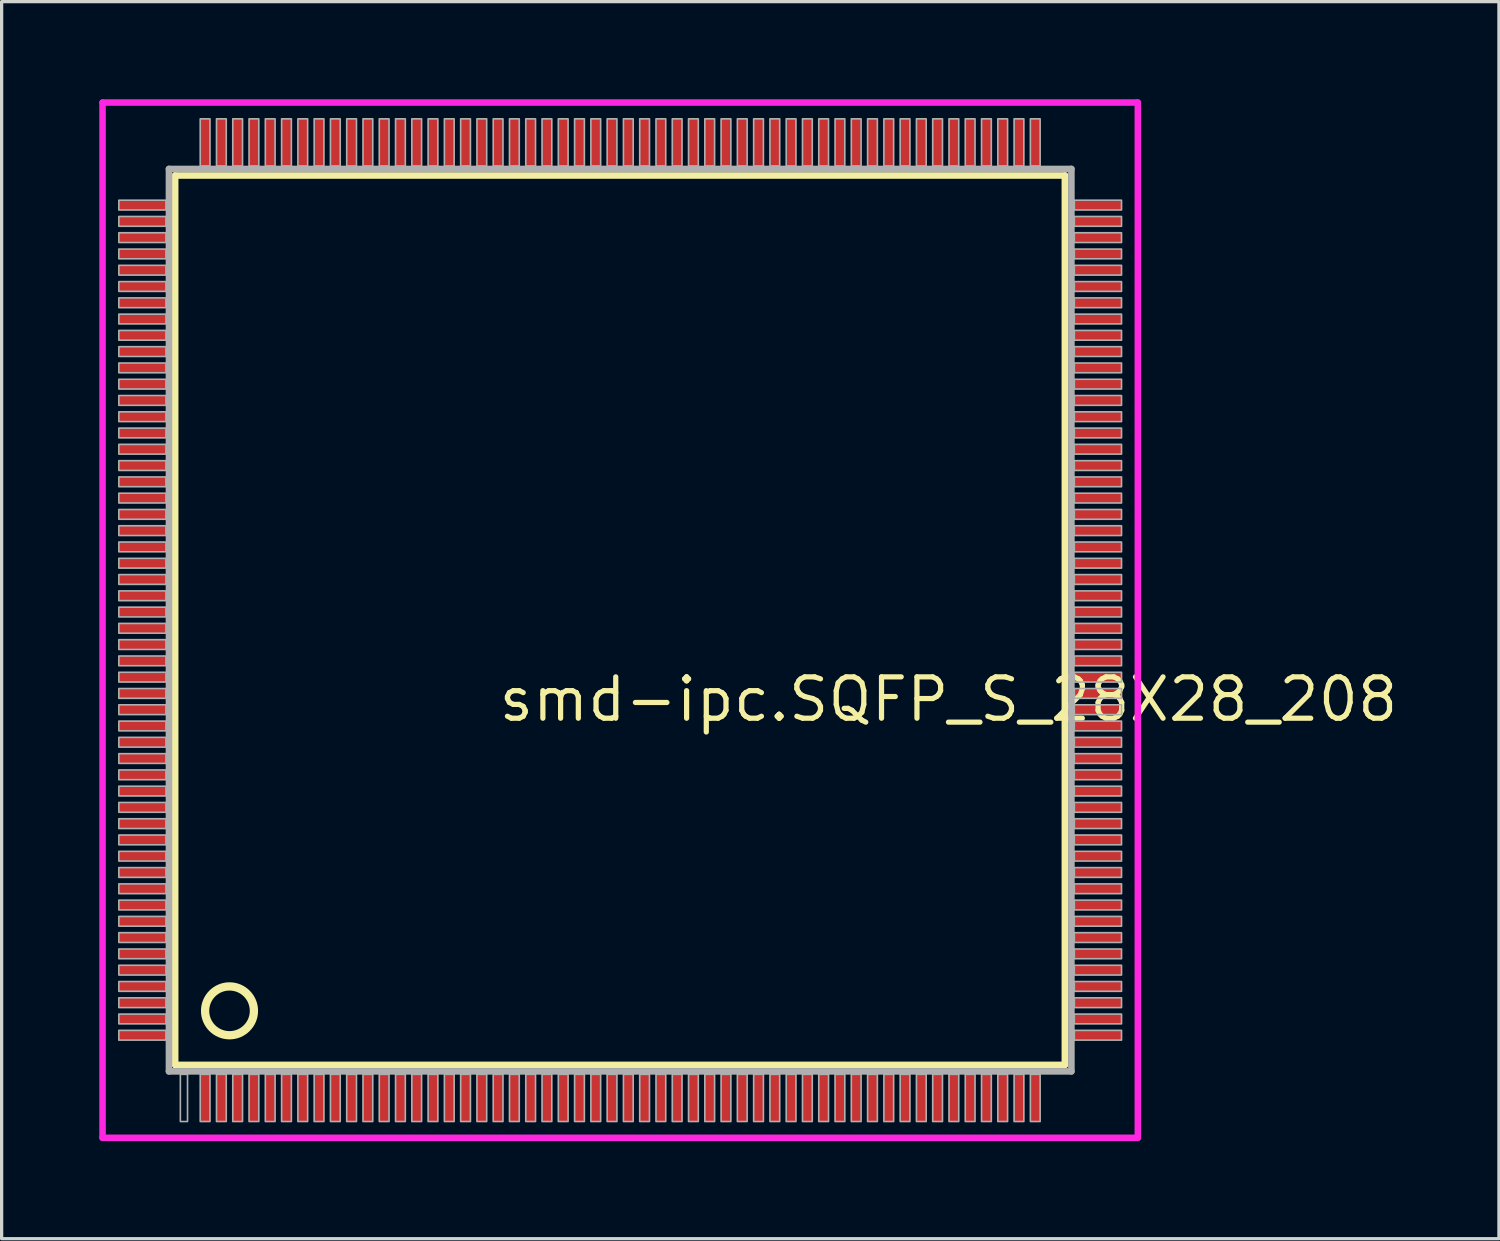
<source format=kicad_pcb>
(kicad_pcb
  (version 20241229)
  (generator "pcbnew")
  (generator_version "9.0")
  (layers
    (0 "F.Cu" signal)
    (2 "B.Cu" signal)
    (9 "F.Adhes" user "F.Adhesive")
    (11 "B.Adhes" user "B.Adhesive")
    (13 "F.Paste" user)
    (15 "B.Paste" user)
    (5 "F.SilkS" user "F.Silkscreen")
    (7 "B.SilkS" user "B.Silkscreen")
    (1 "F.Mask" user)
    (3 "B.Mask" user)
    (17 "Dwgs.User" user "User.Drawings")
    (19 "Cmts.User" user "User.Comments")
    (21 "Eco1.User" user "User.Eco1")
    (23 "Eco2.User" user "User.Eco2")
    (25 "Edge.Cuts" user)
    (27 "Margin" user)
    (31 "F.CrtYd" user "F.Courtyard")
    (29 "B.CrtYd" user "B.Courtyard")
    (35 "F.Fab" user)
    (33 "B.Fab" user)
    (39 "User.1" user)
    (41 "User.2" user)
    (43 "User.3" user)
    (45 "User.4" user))
  (footprint "smd-ipc.SQFP_S_28X28_208"
    (layer "F.Cu")
    (at 16 16)
    (property "Reference" "smd-ipc.SQFP_S_28X28_208" (at -3.81 3.175 0) (layer "F.SilkS") (effects (font (size 1.27 1.27) (thickness 0.16)) (justify left bottom)))
    (attr smd)
    (fp_line (start -13.67 -13.66) (end 13.66 -13.66) (stroke (width 0.203) (type default)) (layer "F.SilkS"))
    (fp_line (start -13.67 13.66) (end -13.67 -13.66) (stroke (width 0.203) (type default)) (layer "F.SilkS"))
    (fp_line (start 13.66 -13.66) (end 13.66 13.66) (stroke (width 0.203) (type default)) (layer "F.SilkS"))
    (fp_line (start 13.66 13.66) (end -13.67 13.66) (stroke (width 0.203) (type default)) (layer "F.SilkS"))
    (fp_circle (center -12 12) (end -11.25 12) (stroke (width 0.254) (type default)) (fill no) (layer "F.SilkS"))
    (fp_line (start -15.9 -15.9) (end 15.9 -15.9) (stroke (width 0.2) (type default)) (layer "F.CrtYd"))
    (fp_line (start -15.9 15.9) (end -15.9 -15.9) (stroke (width 0.2) (type default)) (layer "F.CrtYd"))
    (fp_line (start 15.9 -15.9) (end 15.9 15.9) (stroke (width 0.2) (type default)) (layer "F.CrtYd"))
    (fp_line (start 15.9 15.9) (end -15.9 15.9) (stroke (width 0.2) (type default)) (layer "F.CrtYd"))
    (fp_line (start -13.86 -13.86) (end -13.86 13.86) (stroke (width 0.203) (type default)) (layer "F.Fab"))
    (fp_line (start -13.86 13.86) (end 13.86 13.86) (stroke (width 0.203) (type default)) (layer "F.Fab"))
    (fp_line (start 13.86 -13.86) (end -13.86 -13.86) (stroke (width 0.203) (type default)) (layer "F.Fab"))
    (fp_line (start 13.86 13.86) (end 13.86 -13.86) (stroke (width 0.203) (type default)) (layer "F.Fab"))
    (fp_rect (start -15.4 -12.6) (end -13.95 -12.9) (stroke (width 0.05) (type default)) (fill no) (layer "F.Fab"))
    (fp_rect (start -15.4 -12.1) (end -13.95 -12.4) (stroke (width 0.05) (type default)) (fill no) (layer "F.Fab"))
    (fp_rect (start -15.4 -11.6) (end -13.95 -11.9) (stroke (width 0.05) (type default)) (fill no) (layer "F.Fab"))
    (fp_rect (start -15.4 -11.1) (end -13.95 -11.4) (stroke (width 0.05) (type default)) (fill no) (layer "F.Fab"))
    (fp_rect (start -15.4 -10.6) (end -13.95 -10.9) (stroke (width 0.05) (type default)) (fill no) (layer "F.Fab"))
    (fp_rect (start -15.4 -10.1) (end -13.95 -10.4) (stroke (width 0.05) (type default)) (fill no) (layer "F.Fab"))
    (fp_rect (start -15.4 -9.6) (end -13.95 -9.9) (stroke (width 0.05) (type default)) (fill no) (layer "F.Fab"))
    (fp_rect (start -15.4 -9.1) (end -13.95 -9.4) (stroke (width 0.05) (type default)) (fill no) (layer "F.Fab"))
    (fp_rect (start -15.4 -8.6) (end -13.95 -8.9) (stroke (width 0.05) (type default)) (fill no) (layer "F.Fab"))
    (fp_rect (start -15.4 -8.1) (end -13.95 -8.4) (stroke (width 0.05) (type default)) (fill no) (layer "F.Fab"))
    (fp_rect (start -15.4 -7.6) (end -13.95 -7.9) (stroke (width 0.05) (type default)) (fill no) (layer "F.Fab"))
    (fp_rect (start -15.4 -7.1) (end -13.95 -7.4) (stroke (width 0.05) (type default)) (fill no) (layer "F.Fab"))
    (fp_rect (start -15.4 -6.6) (end -13.95 -6.9) (stroke (width 0.05) (type default)) (fill no) (layer "F.Fab"))
    (fp_rect (start -15.4 -6.1) (end -13.95 -6.4) (stroke (width 0.05) (type default)) (fill no) (layer "F.Fab"))
    (fp_rect (start -15.4 -5.6) (end -13.95 -5.9) (stroke (width 0.05) (type default)) (fill no) (layer "F.Fab"))
    (fp_rect (start -15.4 -5.1) (end -13.95 -5.4) (stroke (width 0.05) (type default)) (fill no) (layer "F.Fab"))
    (fp_rect (start -15.4 -4.6) (end -13.95 -4.9) (stroke (width 0.05) (type default)) (fill no) (layer "F.Fab"))
    (fp_rect (start -15.4 -4.1) (end -13.95 -4.4) (stroke (width 0.05) (type default)) (fill no) (layer "F.Fab"))
    (fp_rect (start -15.4 -3.6) (end -13.95 -3.9) (stroke (width 0.05) (type default)) (fill no) (layer "F.Fab"))
    (fp_rect (start -15.4 -3.1) (end -13.95 -3.4) (stroke (width 0.05) (type default)) (fill no) (layer "F.Fab"))
    (fp_rect (start -15.4 -2.6) (end -13.95 -2.9) (stroke (width 0.05) (type default)) (fill no) (layer "F.Fab"))
    (fp_rect (start -15.4 -2.1) (end -13.95 -2.4) (stroke (width 0.05) (type default)) (fill no) (layer "F.Fab"))
    (fp_rect (start -15.4 -1.6) (end -13.95 -1.9) (stroke (width 0.05) (type default)) (fill no) (layer "F.Fab"))
    (fp_rect (start -15.4 -1.1) (end -13.95 -1.4) (stroke (width 0.05) (type default)) (fill no) (layer "F.Fab"))
    (fp_rect (start -15.4 -0.6) (end -13.95 -0.9) (stroke (width 0.05) (type default)) (fill no) (layer "F.Fab"))
    (fp_rect (start -15.4 -0.1) (end -13.95 -0.4) (stroke (width 0.05) (type default)) (fill no) (layer "F.Fab"))
    (fp_rect (start -15.4 0.4) (end -13.95 0.1) (stroke (width 0.05) (type default)) (fill no) (layer "F.Fab"))
    (fp_rect (start -15.4 0.9) (end -13.95 0.6) (stroke (width 0.05) (type default)) (fill no) (layer "F.Fab"))
    (fp_rect (start -15.4 1.4) (end -13.95 1.1) (stroke (width 0.05) (type default)) (fill no) (layer "F.Fab"))
    (fp_rect (start -15.4 1.9) (end -13.95 1.6) (stroke (width 0.05) (type default)) (fill no) (layer "F.Fab"))
    (fp_rect (start -15.4 2.4) (end -13.95 2.1) (stroke (width 0.05) (type default)) (fill no) (layer "F.Fab"))
    (fp_rect (start -15.4 2.9) (end -13.95 2.6) (stroke (width 0.05) (type default)) (fill no) (layer "F.Fab"))
    (fp_rect (start -15.4 3.4) (end -13.95 3.1) (stroke (width 0.05) (type default)) (fill no) (layer "F.Fab"))
    (fp_rect (start -15.4 3.9) (end -13.95 3.6) (stroke (width 0.05) (type default)) (fill no) (layer "F.Fab"))
    (fp_rect (start -15.4 4.4) (end -13.95 4.1) (stroke (width 0.05) (type default)) (fill no) (layer "F.Fab"))
    (fp_rect (start -15.4 4.9) (end -13.95 4.6) (stroke (width 0.05) (type default)) (fill no) (layer "F.Fab"))
    (fp_rect (start -15.4 5.4) (end -13.95 5.1) (stroke (width 0.05) (type default)) (fill no) (layer "F.Fab"))
    (fp_rect (start -15.4 5.9) (end -13.95 5.6) (stroke (width 0.05) (type default)) (fill no) (layer "F.Fab"))
    (fp_rect (start -15.4 6.4) (end -13.95 6.1) (stroke (width 0.05) (type default)) (fill no) (layer "F.Fab"))
    (fp_rect (start -15.4 6.9) (end -13.95 6.6) (stroke (width 0.05) (type default)) (fill no) (layer "F.Fab"))
    (fp_rect (start -15.4 7.4) (end -13.95 7.1) (stroke (width 0.05) (type default)) (fill no) (layer "F.Fab"))
    (fp_rect (start -15.4 7.9) (end -13.95 7.6) (stroke (width 0.05) (type default)) (fill no) (layer "F.Fab"))
    (fp_rect (start -15.4 8.4) (end -13.95 8.1) (stroke (width 0.05) (type default)) (fill no) (layer "F.Fab"))
    (fp_rect (start -15.4 8.9) (end -13.95 8.6) (stroke (width 0.05) (type default)) (fill no) (layer "F.Fab"))
    (fp_rect (start -15.4 9.4) (end -13.95 9.1) (stroke (width 0.05) (type default)) (fill no) (layer "F.Fab"))
    (fp_rect (start -15.4 9.9) (end -13.95 9.6) (stroke (width 0.05) (type default)) (fill no) (layer "F.Fab"))
    (fp_rect (start -15.4 10.4) (end -13.95 10.1) (stroke (width 0.05) (type default)) (fill no) (layer "F.Fab"))
    (fp_rect (start -15.4 10.9) (end -13.95 10.6) (stroke (width 0.05) (type default)) (fill no) (layer "F.Fab"))
    (fp_rect (start -15.4 11.4) (end -13.95 11.1) (stroke (width 0.05) (type default)) (fill no) (layer "F.Fab"))
    (fp_rect (start -15.4 11.9) (end -13.95 11.6) (stroke (width 0.05) (type default)) (fill no) (layer "F.Fab"))
    (fp_rect (start -15.4 12.4) (end -13.95 12.1) (stroke (width 0.05) (type default)) (fill no) (layer "F.Fab"))
    (fp_rect (start -15.4 12.9) (end -13.95 12.6) (stroke (width 0.05) (type default)) (fill no) (layer "F.Fab"))
    (fp_rect (start -13.51 15.4) (end -13.29 13.95) (stroke (width 0.05) (type default)) (fill no) (layer "F.Fab"))
    (fp_rect (start -12.9 -13.95) (end -12.6 -15.4) (stroke (width 0.05) (type default)) (fill no) (layer "F.Fab"))
    (fp_rect (start -12.9 15.4) (end -12.6 13.95) (stroke (width 0.05) (type default)) (fill no) (layer "F.Fab"))
    (fp_rect (start -12.4 -13.95) (end -12.1 -15.4) (stroke (width 0.05) (type default)) (fill no) (layer "F.Fab"))
    (fp_rect (start -12.4 15.4) (end -12.1 13.95) (stroke (width 0.05) (type default)) (fill no) (layer "F.Fab"))
    (fp_rect (start -11.9 -13.95) (end -11.6 -15.4) (stroke (width 0.05) (type default)) (fill no) (layer "F.Fab"))
    (fp_rect (start -11.9 15.4) (end -11.6 13.95) (stroke (width 0.05) (type default)) (fill no) (layer "F.Fab"))
    (fp_rect (start -11.4 -13.95) (end -11.1 -15.4) (stroke (width 0.05) (type default)) (fill no) (layer "F.Fab"))
    (fp_rect (start -11.4 15.4) (end -11.1 13.95) (stroke (width 0.05) (type default)) (fill no) (layer "F.Fab"))
    (fp_rect (start -10.9 -13.95) (end -10.6 -15.4) (stroke (width 0.05) (type default)) (fill no) (layer "F.Fab"))
    (fp_rect (start -10.9 15.4) (end -10.6 13.95) (stroke (width 0.05) (type default)) (fill no) (layer "F.Fab"))
    (fp_rect (start -10.4 -13.95) (end -10.1 -15.4) (stroke (width 0.05) (type default)) (fill no) (layer "F.Fab"))
    (fp_rect (start -10.4 15.4) (end -10.1 13.95) (stroke (width 0.05) (type default)) (fill no) (layer "F.Fab"))
    (fp_rect (start -9.9 -13.95) (end -9.6 -15.4) (stroke (width 0.05) (type default)) (fill no) (layer "F.Fab"))
    (fp_rect (start -9.9 15.4) (end -9.6 13.95) (stroke (width 0.05) (type default)) (fill no) (layer "F.Fab"))
    (fp_rect (start -9.4 -13.95) (end -9.1 -15.4) (stroke (width 0.05) (type default)) (fill no) (layer "F.Fab"))
    (fp_rect (start -9.4 15.4) (end -9.1 13.95) (stroke (width 0.05) (type default)) (fill no) (layer "F.Fab"))
    (fp_rect (start -8.9 -13.95) (end -8.6 -15.4) (stroke (width 0.05) (type default)) (fill no) (layer "F.Fab"))
    (fp_rect (start -8.9 15.4) (end -8.6 13.95) (stroke (width 0.05) (type default)) (fill no) (layer "F.Fab"))
    (fp_rect (start -8.4 -13.95) (end -8.1 -15.4) (stroke (width 0.05) (type default)) (fill no) (layer "F.Fab"))
    (fp_rect (start -8.4 15.4) (end -8.1 13.95) (stroke (width 0.05) (type default)) (fill no) (layer "F.Fab"))
    (fp_rect (start -7.9 -13.95) (end -7.6 -15.4) (stroke (width 0.05) (type default)) (fill no) (layer "F.Fab"))
    (fp_rect (start -7.9 15.4) (end -7.6 13.95) (stroke (width 0.05) (type default)) (fill no) (layer "F.Fab"))
    (fp_rect (start -7.4 -13.95) (end -7.1 -15.4) (stroke (width 0.05) (type default)) (fill no) (layer "F.Fab"))
    (fp_rect (start -7.4 15.4) (end -7.1 13.95) (stroke (width 0.05) (type default)) (fill no) (layer "F.Fab"))
    (fp_rect (start -6.9 -13.95) (end -6.6 -15.4) (stroke (width 0.05) (type default)) (fill no) (layer "F.Fab"))
    (fp_rect (start -6.9 15.4) (end -6.6 13.95) (stroke (width 0.05) (type default)) (fill no) (layer "F.Fab"))
    (fp_rect (start -6.4 -13.95) (end -6.1 -15.4) (stroke (width 0.05) (type default)) (fill no) (layer "F.Fab"))
    (fp_rect (start -6.4 15.4) (end -6.1 13.95) (stroke (width 0.05) (type default)) (fill no) (layer "F.Fab"))
    (fp_rect (start -5.9 -13.95) (end -5.6 -15.4) (stroke (width 0.05) (type default)) (fill no) (layer "F.Fab"))
    (fp_rect (start -5.9 15.4) (end -5.6 13.95) (stroke (width 0.05) (type default)) (fill no) (layer "F.Fab"))
    (fp_rect (start -5.4 -13.95) (end -5.1 -15.4) (stroke (width 0.05) (type default)) (fill no) (layer "F.Fab"))
    (fp_rect (start -5.4 15.4) (end -5.1 13.95) (stroke (width 0.05) (type default)) (fill no) (layer "F.Fab"))
    (fp_rect (start -4.9 -13.95) (end -4.6 -15.4) (stroke (width 0.05) (type default)) (fill no) (layer "F.Fab"))
    (fp_rect (start -4.9 15.4) (end -4.6 13.95) (stroke (width 0.05) (type default)) (fill no) (layer "F.Fab"))
    (fp_rect (start -4.4 -13.95) (end -4.1 -15.4) (stroke (width 0.05) (type default)) (fill no) (layer "F.Fab"))
    (fp_rect (start -4.4 15.4) (end -4.1 13.95) (stroke (width 0.05) (type default)) (fill no) (layer "F.Fab"))
    (fp_rect (start -3.9 -13.95) (end -3.6 -15.4) (stroke (width 0.05) (type default)) (fill no) (layer "F.Fab"))
    (fp_rect (start -3.9 15.4) (end -3.6 13.95) (stroke (width 0.05) (type default)) (fill no) (layer "F.Fab"))
    (fp_rect (start -3.4 -13.95) (end -3.1 -15.4) (stroke (width 0.05) (type default)) (fill no) (layer "F.Fab"))
    (fp_rect (start -3.4 15.4) (end -3.1 13.95) (stroke (width 0.05) (type default)) (fill no) (layer "F.Fab"))
    (fp_rect (start -2.9 -13.95) (end -2.6 -15.4) (stroke (width 0.05) (type default)) (fill no) (layer "F.Fab"))
    (fp_rect (start -2.9 15.4) (end -2.6 13.95) (stroke (width 0.05) (type default)) (fill no) (layer "F.Fab"))
    (fp_rect (start -2.4 -13.95) (end -2.1 -15.4) (stroke (width 0.05) (type default)) (fill no) (layer "F.Fab"))
    (fp_rect (start -2.4 15.4) (end -2.1 13.95) (stroke (width 0.05) (type default)) (fill no) (layer "F.Fab"))
    (fp_rect (start -1.9 -13.95) (end -1.6 -15.4) (stroke (width 0.05) (type default)) (fill no) (layer "F.Fab"))
    (fp_rect (start -1.9 15.4) (end -1.6 13.95) (stroke (width 0.05) (type default)) (fill no) (layer "F.Fab"))
    (fp_rect (start -1.4 -13.95) (end -1.1 -15.4) (stroke (width 0.05) (type default)) (fill no) (layer "F.Fab"))
    (fp_rect (start -1.4 15.4) (end -1.1 13.95) (stroke (width 0.05) (type default)) (fill no) (layer "F.Fab"))
    (fp_rect (start -0.9 -13.95) (end -0.6 -15.4) (stroke (width 0.05) (type default)) (fill no) (layer "F.Fab"))
    (fp_rect (start -0.9 15.4) (end -0.6 13.95) (stroke (width 0.05) (type default)) (fill no) (layer "F.Fab"))
    (fp_rect (start -0.4 -13.95) (end -0.1 -15.4) (stroke (width 0.05) (type default)) (fill no) (layer "F.Fab"))
    (fp_rect (start -0.4 15.4) (end -0.1 13.95) (stroke (width 0.05) (type default)) (fill no) (layer "F.Fab"))
    (fp_rect (start 0.1 -13.95) (end 0.4 -15.4) (stroke (width 0.05) (type default)) (fill no) (layer "F.Fab"))
    (fp_rect (start 0.1 15.4) (end 0.4 13.95) (stroke (width 0.05) (type default)) (fill no) (layer "F.Fab"))
    (fp_rect (start 0.6 -13.95) (end 0.9 -15.4) (stroke (width 0.05) (type default)) (fill no) (layer "F.Fab"))
    (fp_rect (start 0.6 15.4) (end 0.9 13.95) (stroke (width 0.05) (type default)) (fill no) (layer "F.Fab"))
    (fp_rect (start 1.1 -13.95) (end 1.4 -15.4) (stroke (width 0.05) (type default)) (fill no) (layer "F.Fab"))
    (fp_rect (start 1.1 15.4) (end 1.4 13.95) (stroke (width 0.05) (type default)) (fill no) (layer "F.Fab"))
    (fp_rect (start 1.6 -13.95) (end 1.9 -15.4) (stroke (width 0.05) (type default)) (fill no) (layer "F.Fab"))
    (fp_rect (start 1.6 15.4) (end 1.9 13.95) (stroke (width 0.05) (type default)) (fill no) (layer "F.Fab"))
    (fp_rect (start 2.1 -13.95) (end 2.4 -15.4) (stroke (width 0.05) (type default)) (fill no) (layer "F.Fab"))
    (fp_rect (start 2.1 15.4) (end 2.4 13.95) (stroke (width 0.05) (type default)) (fill no) (layer "F.Fab"))
    (fp_rect (start 2.6 -13.95) (end 2.9 -15.4) (stroke (width 0.05) (type default)) (fill no) (layer "F.Fab"))
    (fp_rect (start 2.6 15.4) (end 2.9 13.95) (stroke (width 0.05) (type default)) (fill no) (layer "F.Fab"))
    (fp_rect (start 3.1 -13.95) (end 3.4 -15.4) (stroke (width 0.05) (type default)) (fill no) (layer "F.Fab"))
    (fp_rect (start 3.1 15.4) (end 3.4 13.95) (stroke (width 0.05) (type default)) (fill no) (layer "F.Fab"))
    (fp_rect (start 3.6 -13.95) (end 3.9 -15.4) (stroke (width 0.05) (type default)) (fill no) (layer "F.Fab"))
    (fp_rect (start 3.6 15.4) (end 3.9 13.95) (stroke (width 0.05) (type default)) (fill no) (layer "F.Fab"))
    (fp_rect (start 4.1 -13.95) (end 4.4 -15.4) (stroke (width 0.05) (type default)) (fill no) (layer "F.Fab"))
    (fp_rect (start 4.1 15.4) (end 4.4 13.95) (stroke (width 0.05) (type default)) (fill no) (layer "F.Fab"))
    (fp_rect (start 4.6 -13.95) (end 4.9 -15.4) (stroke (width 0.05) (type default)) (fill no) (layer "F.Fab"))
    (fp_rect (start 4.6 15.4) (end 4.9 13.95) (stroke (width 0.05) (type default)) (fill no) (layer "F.Fab"))
    (fp_rect (start 5.1 -13.95) (end 5.4 -15.4) (stroke (width 0.05) (type default)) (fill no) (layer "F.Fab"))
    (fp_rect (start 5.1 15.4) (end 5.4 13.95) (stroke (width 0.05) (type default)) (fill no) (layer "F.Fab"))
    (fp_rect (start 5.6 -13.95) (end 5.9 -15.4) (stroke (width 0.05) (type default)) (fill no) (layer "F.Fab"))
    (fp_rect (start 5.6 15.4) (end 5.9 13.95) (stroke (width 0.05) (type default)) (fill no) (layer "F.Fab"))
    (fp_rect (start 6.1 -13.95) (end 6.4 -15.4) (stroke (width 0.05) (type default)) (fill no) (layer "F.Fab"))
    (fp_rect (start 6.1 15.4) (end 6.4 13.95) (stroke (width 0.05) (type default)) (fill no) (layer "F.Fab"))
    (fp_rect (start 6.6 -13.95) (end 6.9 -15.4) (stroke (width 0.05) (type default)) (fill no) (layer "F.Fab"))
    (fp_rect (start 6.6 15.4) (end 6.9 13.95) (stroke (width 0.05) (type default)) (fill no) (layer "F.Fab"))
    (fp_rect (start 7.1 -13.95) (end 7.4 -15.4) (stroke (width 0.05) (type default)) (fill no) (layer "F.Fab"))
    (fp_rect (start 7.1 15.4) (end 7.4 13.95) (stroke (width 0.05) (type default)) (fill no) (layer "F.Fab"))
    (fp_rect (start 7.6 -13.95) (end 7.9 -15.4) (stroke (width 0.05) (type default)) (fill no) (layer "F.Fab"))
    (fp_rect (start 7.6 15.4) (end 7.9 13.95) (stroke (width 0.05) (type default)) (fill no) (layer "F.Fab"))
    (fp_rect (start 8.1 -13.95) (end 8.4 -15.4) (stroke (width 0.05) (type default)) (fill no) (layer "F.Fab"))
    (fp_rect (start 8.1 15.4) (end 8.4 13.95) (stroke (width 0.05) (type default)) (fill no) (layer "F.Fab"))
    (fp_rect (start 8.6 -13.95) (end 8.9 -15.4) (stroke (width 0.05) (type default)) (fill no) (layer "F.Fab"))
    (fp_rect (start 8.6 15.4) (end 8.9 13.95) (stroke (width 0.05) (type default)) (fill no) (layer "F.Fab"))
    (fp_rect (start 9.1 -13.95) (end 9.4 -15.4) (stroke (width 0.05) (type default)) (fill no) (layer "F.Fab"))
    (fp_rect (start 9.1 15.4) (end 9.4 13.95) (stroke (width 0.05) (type default)) (fill no) (layer "F.Fab"))
    (fp_rect (start 9.6 -13.95) (end 9.9 -15.4) (stroke (width 0.05) (type default)) (fill no) (layer "F.Fab"))
    (fp_rect (start 9.6 15.4) (end 9.9 13.95) (stroke (width 0.05) (type default)) (fill no) (layer "F.Fab"))
    (fp_rect (start 10.1 -13.95) (end 10.4 -15.4) (stroke (width 0.05) (type default)) (fill no) (layer "F.Fab"))
    (fp_rect (start 10.1 15.4) (end 10.4 13.95) (stroke (width 0.05) (type default)) (fill no) (layer "F.Fab"))
    (fp_rect (start 10.6 -13.95) (end 10.9 -15.4) (stroke (width 0.05) (type default)) (fill no) (layer "F.Fab"))
    (fp_rect (start 10.6 15.4) (end 10.9 13.95) (stroke (width 0.05) (type default)) (fill no) (layer "F.Fab"))
    (fp_rect (start 11.1 -13.95) (end 11.4 -15.4) (stroke (width 0.05) (type default)) (fill no) (layer "F.Fab"))
    (fp_rect (start 11.1 15.4) (end 11.4 13.95) (stroke (width 0.05) (type default)) (fill no) (layer "F.Fab"))
    (fp_rect (start 11.6 -13.95) (end 11.9 -15.4) (stroke (width 0.05) (type default)) (fill no) (layer "F.Fab"))
    (fp_rect (start 11.6 15.4) (end 11.9 13.95) (stroke (width 0.05) (type default)) (fill no) (layer "F.Fab"))
    (fp_rect (start 12.1 -13.95) (end 12.4 -15.4) (stroke (width 0.05) (type default)) (fill no) (layer "F.Fab"))
    (fp_rect (start 12.1 15.4) (end 12.4 13.95) (stroke (width 0.05) (type default)) (fill no) (layer "F.Fab"))
    (fp_rect (start 12.6 -13.95) (end 12.9 -15.4) (stroke (width 0.05) (type default)) (fill no) (layer "F.Fab"))
    (fp_rect (start 12.6 15.4) (end 12.9 13.95) (stroke (width 0.05) (type default)) (fill no) (layer "F.Fab"))
    (fp_rect (start 13.95 -12.6) (end 15.4 -12.9) (stroke (width 0.05) (type default)) (fill no) (layer "F.Fab"))
    (fp_rect (start 13.95 -12.1) (end 15.4 -12.4) (stroke (width 0.05) (type default)) (fill no) (layer "F.Fab"))
    (fp_rect (start 13.95 -11.6) (end 15.4 -11.9) (stroke (width 0.05) (type default)) (fill no) (layer "F.Fab"))
    (fp_rect (start 13.95 -11.1) (end 15.4 -11.4) (stroke (width 0.05) (type default)) (fill no) (layer "F.Fab"))
    (fp_rect (start 13.95 -10.6) (end 15.4 -10.9) (stroke (width 0.05) (type default)) (fill no) (layer "F.Fab"))
    (fp_rect (start 13.95 -10.1) (end 15.4 -10.4) (stroke (width 0.05) (type default)) (fill no) (layer "F.Fab"))
    (fp_rect (start 13.95 -9.6) (end 15.4 -9.9) (stroke (width 0.05) (type default)) (fill no) (layer "F.Fab"))
    (fp_rect (start 13.95 -9.1) (end 15.4 -9.4) (stroke (width 0.05) (type default)) (fill no) (layer "F.Fab"))
    (fp_rect (start 13.95 -8.6) (end 15.4 -8.9) (stroke (width 0.05) (type default)) (fill no) (layer "F.Fab"))
    (fp_rect (start 13.95 -8.1) (end 15.4 -8.4) (stroke (width 0.05) (type default)) (fill no) (layer "F.Fab"))
    (fp_rect (start 13.95 -7.6) (end 15.4 -7.9) (stroke (width 0.05) (type default)) (fill no) (layer "F.Fab"))
    (fp_rect (start 13.95 -7.1) (end 15.4 -7.4) (stroke (width 0.05) (type default)) (fill no) (layer "F.Fab"))
    (fp_rect (start 13.95 -6.6) (end 15.4 -6.9) (stroke (width 0.05) (type default)) (fill no) (layer "F.Fab"))
    (fp_rect (start 13.95 -6.1) (end 15.4 -6.4) (stroke (width 0.05) (type default)) (fill no) (layer "F.Fab"))
    (fp_rect (start 13.95 -5.6) (end 15.4 -5.9) (stroke (width 0.05) (type default)) (fill no) (layer "F.Fab"))
    (fp_rect (start 13.95 -5.1) (end 15.4 -5.4) (stroke (width 0.05) (type default)) (fill no) (layer "F.Fab"))
    (fp_rect (start 13.95 -4.6) (end 15.4 -4.9) (stroke (width 0.05) (type default)) (fill no) (layer "F.Fab"))
    (fp_rect (start 13.95 -4.1) (end 15.4 -4.4) (stroke (width 0.05) (type default)) (fill no) (layer "F.Fab"))
    (fp_rect (start 13.95 -3.6) (end 15.4 -3.9) (stroke (width 0.05) (type default)) (fill no) (layer "F.Fab"))
    (fp_rect (start 13.95 -3.1) (end 15.4 -3.4) (stroke (width 0.05) (type default)) (fill no) (layer "F.Fab"))
    (fp_rect (start 13.95 -2.6) (end 15.4 -2.9) (stroke (width 0.05) (type default)) (fill no) (layer "F.Fab"))
    (fp_rect (start 13.95 -2.1) (end 15.4 -2.4) (stroke (width 0.05) (type default)) (fill no) (layer "F.Fab"))
    (fp_rect (start 13.95 -1.6) (end 15.4 -1.9) (stroke (width 0.05) (type default)) (fill no) (layer "F.Fab"))
    (fp_rect (start 13.95 -1.1) (end 15.4 -1.4) (stroke (width 0.05) (type default)) (fill no) (layer "F.Fab"))
    (fp_rect (start 13.95 -0.6) (end 15.4 -0.9) (stroke (width 0.05) (type default)) (fill no) (layer "F.Fab"))
    (fp_rect (start 13.95 -0.1) (end 15.4 -0.4) (stroke (width 0.05) (type default)) (fill no) (layer "F.Fab"))
    (fp_rect (start 13.95 0.4) (end 15.4 0.1) (stroke (width 0.05) (type default)) (fill no) (layer "F.Fab"))
    (fp_rect (start 13.95 0.9) (end 15.4 0.6) (stroke (width 0.05) (type default)) (fill no) (layer "F.Fab"))
    (fp_rect (start 13.95 1.4) (end 15.4 1.1) (stroke (width 0.05) (type default)) (fill no) (layer "F.Fab"))
    (fp_rect (start 13.95 1.9) (end 15.4 1.6) (stroke (width 0.05) (type default)) (fill no) (layer "F.Fab"))
    (fp_rect (start 13.95 2.4) (end 15.4 2.1) (stroke (width 0.05) (type default)) (fill no) (layer "F.Fab"))
    (fp_rect (start 13.95 2.9) (end 15.4 2.6) (stroke (width 0.05) (type default)) (fill no) (layer "F.Fab"))
    (fp_rect (start 13.95 3.4) (end 15.4 3.1) (stroke (width 0.05) (type default)) (fill no) (layer "F.Fab"))
    (fp_rect (start 13.95 3.9) (end 15.4 3.6) (stroke (width 0.05) (type default)) (fill no) (layer "F.Fab"))
    (fp_rect (start 13.95 4.4) (end 15.4 4.1) (stroke (width 0.05) (type default)) (fill no) (layer "F.Fab"))
    (fp_rect (start 13.95 4.9) (end 15.4 4.6) (stroke (width 0.05) (type default)) (fill no) (layer "F.Fab"))
    (fp_rect (start 13.95 5.4) (end 15.4 5.1) (stroke (width 0.05) (type default)) (fill no) (layer "F.Fab"))
    (fp_rect (start 13.95 5.9) (end 15.4 5.6) (stroke (width 0.05) (type default)) (fill no) (layer "F.Fab"))
    (fp_rect (start 13.95 6.4) (end 15.4 6.1) (stroke (width 0.05) (type default)) (fill no) (layer "F.Fab"))
    (fp_rect (start 13.95 6.9) (end 15.4 6.6) (stroke (width 0.05) (type default)) (fill no) (layer "F.Fab"))
    (fp_rect (start 13.95 7.4) (end 15.4 7.1) (stroke (width 0.05) (type default)) (fill no) (layer "F.Fab"))
    (fp_rect (start 13.95 7.9) (end 15.4 7.6) (stroke (width 0.05) (type default)) (fill no) (layer "F.Fab"))
    (fp_rect (start 13.95 8.4) (end 15.4 8.1) (stroke (width 0.05) (type default)) (fill no) (layer "F.Fab"))
    (fp_rect (start 13.95 8.9) (end 15.4 8.6) (stroke (width 0.05) (type default)) (fill no) (layer "F.Fab"))
    (fp_rect (start 13.95 9.4) (end 15.4 9.1) (stroke (width 0.05) (type default)) (fill no) (layer "F.Fab"))
    (fp_rect (start 13.95 9.9) (end 15.4 9.6) (stroke (width 0.05) (type default)) (fill no) (layer "F.Fab"))
    (fp_rect (start 13.95 10.4) (end 15.4 10.1) (stroke (width 0.05) (type default)) (fill no) (layer "F.Fab"))
    (fp_rect (start 13.95 10.9) (end 15.4 10.6) (stroke (width 0.05) (type default)) (fill no) (layer "F.Fab"))
    (fp_rect (start 13.95 11.4) (end 15.4 11.1) (stroke (width 0.05) (type default)) (fill no) (layer "F.Fab"))
    (fp_rect (start 13.95 11.9) (end 15.4 11.6) (stroke (width 0.05) (type default)) (fill no) (layer "F.Fab"))
    (fp_rect (start 13.95 12.4) (end 15.4 12.1) (stroke (width 0.05) (type default)) (fill no) (layer "F.Fab"))
    (fp_rect (start 13.95 12.9) (end 15.4 12.6) (stroke (width 0.05) (type default)) (fill no) (layer "F.Fab"))
    (pad "1" smd roundrect (at -12.75 14.6) (size 0.3 1.6) (layers "F.Cu" "F.Mask" "F.Paste") (roundrect_rratio 0.01))
    (pad "2" smd roundrect (at -12.25 14.6) (size 0.3 1.6) (layers "F.Cu" "F.Mask" "F.Paste") (roundrect_rratio 0.01))
    (pad "3" smd roundrect (at -11.75 14.6) (size 0.3 1.6) (layers "F.Cu" "F.Mask" "F.Paste") (roundrect_rratio 0.01))
    (pad "4" smd roundrect (at -11.25 14.6) (size 0.3 1.6) (layers "F.Cu" "F.Mask" "F.Paste") (roundrect_rratio 0.01))
    (pad "5" smd roundrect (at -10.75 14.6) (size 0.3 1.6) (layers "F.Cu" "F.Mask" "F.Paste") (roundrect_rratio 0.01))
    (pad "6" smd roundrect (at -10.25 14.6) (size 0.3 1.6) (layers "F.Cu" "F.Mask" "F.Paste") (roundrect_rratio 0.01))
    (pad "7" smd roundrect (at -9.75 14.6) (size 0.3 1.6) (layers "F.Cu" "F.Mask" "F.Paste") (roundrect_rratio 0.01))
    (pad "8" smd roundrect (at -9.25 14.6) (size 0.3 1.6) (layers "F.Cu" "F.Mask" "F.Paste") (roundrect_rratio 0.01))
    (pad "9" smd roundrect (at -8.75 14.6) (size 0.3 1.6) (layers "F.Cu" "F.Mask" "F.Paste") (roundrect_rratio 0.01))
    (pad "10" smd roundrect (at -8.25 14.6) (size 0.3 1.6) (layers "F.Cu" "F.Mask" "F.Paste") (roundrect_rratio 0.01))
    (pad "11" smd roundrect (at -7.75 14.6) (size 0.3 1.6) (layers "F.Cu" "F.Mask" "F.Paste") (roundrect_rratio 0.01))
    (pad "12" smd roundrect (at -7.25 14.6) (size 0.3 1.6) (layers "F.Cu" "F.Mask" "F.Paste") (roundrect_rratio 0.01))
    (pad "13" smd roundrect (at -6.75 14.6) (size 0.3 1.6) (layers "F.Cu" "F.Mask" "F.Paste") (roundrect_rratio 0.01))
    (pad "14" smd roundrect (at -6.25 14.6) (size 0.3 1.6) (layers "F.Cu" "F.Mask" "F.Paste") (roundrect_rratio 0.01))
    (pad "15" smd roundrect (at -5.75 14.6) (size 0.3 1.6) (layers "F.Cu" "F.Mask" "F.Paste") (roundrect_rratio 0.01))
    (pad "16" smd roundrect (at -5.25 14.6) (size 0.3 1.6) (layers "F.Cu" "F.Mask" "F.Paste") (roundrect_rratio 0.01))
    (pad "17" smd roundrect (at -4.75 14.6) (size 0.3 1.6) (layers "F.Cu" "F.Mask" "F.Paste") (roundrect_rratio 0.01))
    (pad "18" smd roundrect (at -4.25 14.6) (size 0.3 1.6) (layers "F.Cu" "F.Mask" "F.Paste") (roundrect_rratio 0.01))
    (pad "19" smd roundrect (at -3.75 14.6) (size 0.3 1.6) (layers "F.Cu" "F.Mask" "F.Paste") (roundrect_rratio 0.01))
    (pad "20" smd roundrect (at -3.25 14.6) (size 0.3 1.6) (layers "F.Cu" "F.Mask" "F.Paste") (roundrect_rratio 0.01))
    (pad "21" smd roundrect (at -2.75 14.6) (size 0.3 1.6) (layers "F.Cu" "F.Mask" "F.Paste") (roundrect_rratio 0.01))
    (pad "22" smd roundrect (at -2.25 14.6) (size 0.3 1.6) (layers "F.Cu" "F.Mask" "F.Paste") (roundrect_rratio 0.01))
    (pad "23" smd roundrect (at -1.75 14.6) (size 0.3 1.6) (layers "F.Cu" "F.Mask" "F.Paste") (roundrect_rratio 0.01))
    (pad "24" smd roundrect (at -1.25 14.6) (size 0.3 1.6) (layers "F.Cu" "F.Mask" "F.Paste") (roundrect_rratio 0.01))
    (pad "25" smd roundrect (at -0.75 14.6) (size 0.3 1.6) (layers "F.Cu" "F.Mask" "F.Paste") (roundrect_rratio 0.01))
    (pad "26" smd roundrect (at -0.25 14.6) (size 0.3 1.6) (layers "F.Cu" "F.Mask" "F.Paste") (roundrect_rratio 0.01))
    (pad "27" smd roundrect (at 0.25 14.6) (size 0.3 1.6) (layers "F.Cu" "F.Mask" "F.Paste") (roundrect_rratio 0.01))
    (pad "28" smd roundrect (at 0.75 14.6) (size 0.3 1.6) (layers "F.Cu" "F.Mask" "F.Paste") (roundrect_rratio 0.01))
    (pad "29" smd roundrect (at 1.25 14.6) (size 0.3 1.6) (layers "F.Cu" "F.Mask" "F.Paste") (roundrect_rratio 0.01))
    (pad "30" smd roundrect (at 1.75 14.6) (size 0.3 1.6) (layers "F.Cu" "F.Mask" "F.Paste") (roundrect_rratio 0.01))
    (pad "31" smd roundrect (at 2.25 14.6) (size 0.3 1.6) (layers "F.Cu" "F.Mask" "F.Paste") (roundrect_rratio 0.01))
    (pad "32" smd roundrect (at 2.75 14.6) (size 0.3 1.6) (layers "F.Cu" "F.Mask" "F.Paste") (roundrect_rratio 0.01))
    (pad "33" smd roundrect (at 3.25 14.6) (size 0.3 1.6) (layers "F.Cu" "F.Mask" "F.Paste") (roundrect_rratio 0.01))
    (pad "34" smd roundrect (at 3.75 14.6) (size 0.3 1.6) (layers "F.Cu" "F.Mask" "F.Paste") (roundrect_rratio 0.01))
    (pad "35" smd roundrect (at 4.25 14.6) (size 0.3 1.6) (layers "F.Cu" "F.Mask" "F.Paste") (roundrect_rratio 0.01))
    (pad "36" smd roundrect (at 4.75 14.6) (size 0.3 1.6) (layers "F.Cu" "F.Mask" "F.Paste") (roundrect_rratio 0.01))
    (pad "37" smd roundrect (at 5.25 14.6) (size 0.3 1.6) (layers "F.Cu" "F.Mask" "F.Paste") (roundrect_rratio 0.01))
    (pad "38" smd roundrect (at 5.75 14.6) (size 0.3 1.6) (layers "F.Cu" "F.Mask" "F.Paste") (roundrect_rratio 0.01))
    (pad "39" smd roundrect (at 6.25 14.6) (size 0.3 1.6) (layers "F.Cu" "F.Mask" "F.Paste") (roundrect_rratio 0.01))
    (pad "40" smd roundrect (at 6.75 14.6) (size 0.3 1.6) (layers "F.Cu" "F.Mask" "F.Paste") (roundrect_rratio 0.01))
    (pad "41" smd roundrect (at 7.25 14.6) (size 0.3 1.6) (layers "F.Cu" "F.Mask" "F.Paste") (roundrect_rratio 0.01))
    (pad "42" smd roundrect (at 7.75 14.6) (size 0.3 1.6) (layers "F.Cu" "F.Mask" "F.Paste") (roundrect_rratio 0.01))
    (pad "43" smd roundrect (at 8.25 14.6) (size 0.3 1.6) (layers "F.Cu" "F.Mask" "F.Paste") (roundrect_rratio 0.01))
    (pad "44" smd roundrect (at 8.75 14.6) (size 0.3 1.6) (layers "F.Cu" "F.Mask" "F.Paste") (roundrect_rratio 0.01))
    (pad "45" smd roundrect (at 9.25 14.6) (size 0.3 1.6) (layers "F.Cu" "F.Mask" "F.Paste") (roundrect_rratio 0.01))
    (pad "46" smd roundrect (at 9.75 14.6) (size 0.3 1.6) (layers "F.Cu" "F.Mask" "F.Paste") (roundrect_rratio 0.01))
    (pad "47" smd roundrect (at 10.25 14.6) (size 0.3 1.6) (layers "F.Cu" "F.Mask" "F.Paste") (roundrect_rratio 0.01))
    (pad "48" smd roundrect (at 10.75 14.6) (size 0.3 1.6) (layers "F.Cu" "F.Mask" "F.Paste") (roundrect_rratio 0.01))
    (pad "49" smd roundrect (at 11.25 14.6) (size 0.3 1.6) (layers "F.Cu" "F.Mask" "F.Paste") (roundrect_rratio 0.01))
    (pad "50" smd roundrect (at 11.75 14.6) (size 0.3 1.6) (layers "F.Cu" "F.Mask" "F.Paste") (roundrect_rratio 0.01))
    (pad "51" smd roundrect (at 12.25 14.6) (size 0.3 1.6) (layers "F.Cu" "F.Mask" "F.Paste") (roundrect_rratio 0.01))
    (pad "52" smd roundrect (at 12.75 14.6) (size 0.3 1.6) (layers "F.Cu" "F.Mask" "F.Paste") (roundrect_rratio 0.01))
    (pad "53" smd roundrect (at 14.6 12.75) (size 1.6 0.3) (layers "F.Cu" "F.Mask" "F.Paste") (roundrect_rratio 0.01))
    (pad "54" smd roundrect (at 14.6 12.25) (size 1.6 0.3) (layers "F.Cu" "F.Mask" "F.Paste") (roundrect_rratio 0.01))
    (pad "55" smd roundrect (at 14.6 11.75) (size 1.6 0.3) (layers "F.Cu" "F.Mask" "F.Paste") (roundrect_rratio 0.01))
    (pad "56" smd roundrect (at 14.6 11.25) (size 1.6 0.3) (layers "F.Cu" "F.Mask" "F.Paste") (roundrect_rratio 0.01))
    (pad "57" smd roundrect (at 14.6 10.75) (size 1.6 0.3) (layers "F.Cu" "F.Mask" "F.Paste") (roundrect_rratio 0.01))
    (pad "58" smd roundrect (at 14.6 10.25) (size 1.6 0.3) (layers "F.Cu" "F.Mask" "F.Paste") (roundrect_rratio 0.01))
    (pad "59" smd roundrect (at 14.6 9.75) (size 1.6 0.3) (layers "F.Cu" "F.Mask" "F.Paste") (roundrect_rratio 0.01))
    (pad "60" smd roundrect (at 14.6 9.25) (size 1.6 0.3) (layers "F.Cu" "F.Mask" "F.Paste") (roundrect_rratio 0.01))
    (pad "61" smd roundrect (at 14.6 8.75) (size 1.6 0.3) (layers "F.Cu" "F.Mask" "F.Paste") (roundrect_rratio 0.01))
    (pad "62" smd roundrect (at 14.6 8.25) (size 1.6 0.3) (layers "F.Cu" "F.Mask" "F.Paste") (roundrect_rratio 0.01))
    (pad "63" smd roundrect (at 14.6 7.75) (size 1.6 0.3) (layers "F.Cu" "F.Mask" "F.Paste") (roundrect_rratio 0.01))
    (pad "64" smd roundrect (at 14.6 7.25) (size 1.6 0.3) (layers "F.Cu" "F.Mask" "F.Paste") (roundrect_rratio 0.01))
    (pad "65" smd roundrect (at 14.6 6.75) (size 1.6 0.3) (layers "F.Cu" "F.Mask" "F.Paste") (roundrect_rratio 0.01))
    (pad "66" smd roundrect (at 14.6 6.25) (size 1.6 0.3) (layers "F.Cu" "F.Mask" "F.Paste") (roundrect_rratio 0.01))
    (pad "67" smd roundrect (at 14.6 5.75) (size 1.6 0.3) (layers "F.Cu" "F.Mask" "F.Paste") (roundrect_rratio 0.01))
    (pad "68" smd roundrect (at 14.6 5.25) (size 1.6 0.3) (layers "F.Cu" "F.Mask" "F.Paste") (roundrect_rratio 0.01))
    (pad "69" smd roundrect (at 14.6 4.75) (size 1.6 0.3) (layers "F.Cu" "F.Mask" "F.Paste") (roundrect_rratio 0.01))
    (pad "70" smd roundrect (at 14.6 4.25) (size 1.6 0.3) (layers "F.Cu" "F.Mask" "F.Paste") (roundrect_rratio 0.01))
    (pad "71" smd roundrect (at 14.6 3.75) (size 1.6 0.3) (layers "F.Cu" "F.Mask" "F.Paste") (roundrect_rratio 0.01))
    (pad "72" smd roundrect (at 14.6 3.25) (size 1.6 0.3) (layers "F.Cu" "F.Mask" "F.Paste") (roundrect_rratio 0.01))
    (pad "73" smd roundrect (at 14.6 2.75) (size 1.6 0.3) (layers "F.Cu" "F.Mask" "F.Paste") (roundrect_rratio 0.01))
    (pad "74" smd roundrect (at 14.6 2.25) (size 1.6 0.3) (layers "F.Cu" "F.Mask" "F.Paste") (roundrect_rratio 0.01))
    (pad "75" smd roundrect (at 14.6 1.75) (size 1.6 0.3) (layers "F.Cu" "F.Mask" "F.Paste") (roundrect_rratio 0.01))
    (pad "76" smd roundrect (at 14.6 1.25) (size 1.6 0.3) (layers "F.Cu" "F.Mask" "F.Paste") (roundrect_rratio 0.01))
    (pad "77" smd roundrect (at 14.6 0.75) (size 1.6 0.3) (layers "F.Cu" "F.Mask" "F.Paste") (roundrect_rratio 0.01))
    (pad "78" smd roundrect (at 14.6 0.25) (size 1.6 0.3) (layers "F.Cu" "F.Mask" "F.Paste") (roundrect_rratio 0.01))
    (pad "79" smd roundrect (at 14.6 -0.25) (size 1.6 0.3) (layers "F.Cu" "F.Mask" "F.Paste") (roundrect_rratio 0.01))
    (pad "80" smd roundrect (at 14.6 -0.75) (size 1.6 0.3) (layers "F.Cu" "F.Mask" "F.Paste") (roundrect_rratio 0.01))
    (pad "81" smd roundrect (at 14.6 -1.25) (size 1.6 0.3) (layers "F.Cu" "F.Mask" "F.Paste") (roundrect_rratio 0.01))
    (pad "82" smd roundrect (at 14.6 -1.75) (size 1.6 0.3) (layers "F.Cu" "F.Mask" "F.Paste") (roundrect_rratio 0.01))
    (pad "83" smd roundrect (at 14.6 -2.25) (size 1.6 0.3) (layers "F.Cu" "F.Mask" "F.Paste") (roundrect_rratio 0.01))
    (pad "84" smd roundrect (at 14.6 -2.75) (size 1.6 0.3) (layers "F.Cu" "F.Mask" "F.Paste") (roundrect_rratio 0.01))
    (pad "85" smd roundrect (at 14.6 -3.25) (size 1.6 0.3) (layers "F.Cu" "F.Mask" "F.Paste") (roundrect_rratio 0.01))
    (pad "86" smd roundrect (at 14.6 -3.75) (size 1.6 0.3) (layers "F.Cu" "F.Mask" "F.Paste") (roundrect_rratio 0.01))
    (pad "87" smd roundrect (at 14.6 -4.25) (size 1.6 0.3) (layers "F.Cu" "F.Mask" "F.Paste") (roundrect_rratio 0.01))
    (pad "88" smd roundrect (at 14.6 -4.75) (size 1.6 0.3) (layers "F.Cu" "F.Mask" "F.Paste") (roundrect_rratio 0.01))
    (pad "89" smd roundrect (at 14.6 -5.25) (size 1.6 0.3) (layers "F.Cu" "F.Mask" "F.Paste") (roundrect_rratio 0.01))
    (pad "90" smd roundrect (at 14.6 -5.75) (size 1.6 0.3) (layers "F.Cu" "F.Mask" "F.Paste") (roundrect_rratio 0.01))
    (pad "91" smd roundrect (at 14.6 -6.25) (size 1.6 0.3) (layers "F.Cu" "F.Mask" "F.Paste") (roundrect_rratio 0.01))
    (pad "92" smd roundrect (at 14.6 -6.75) (size 1.6 0.3) (layers "F.Cu" "F.Mask" "F.Paste") (roundrect_rratio 0.01))
    (pad "93" smd roundrect (at 14.6 -7.25) (size 1.6 0.3) (layers "F.Cu" "F.Mask" "F.Paste") (roundrect_rratio 0.01))
    (pad "94" smd roundrect (at 14.6 -7.75) (size 1.6 0.3) (layers "F.Cu" "F.Mask" "F.Paste") (roundrect_rratio 0.01))
    (pad "95" smd roundrect (at 14.6 -8.25) (size 1.6 0.3) (layers "F.Cu" "F.Mask" "F.Paste") (roundrect_rratio 0.01))
    (pad "96" smd roundrect (at 14.6 -8.75) (size 1.6 0.3) (layers "F.Cu" "F.Mask" "F.Paste") (roundrect_rratio 0.01))
    (pad "97" smd roundrect (at 14.6 -9.25) (size 1.6 0.3) (layers "F.Cu" "F.Mask" "F.Paste") (roundrect_rratio 0.01))
    (pad "98" smd roundrect (at 14.6 -9.75) (size 1.6 0.3) (layers "F.Cu" "F.Mask" "F.Paste") (roundrect_rratio 0.01))
    (pad "99" smd roundrect (at 14.6 -10.25) (size 1.6 0.3) (layers "F.Cu" "F.Mask" "F.Paste") (roundrect_rratio 0.01))
    (pad "100" smd roundrect (at 14.6 -10.75) (size 1.6 0.3) (layers "F.Cu" "F.Mask" "F.Paste") (roundrect_rratio 0.01))
    (pad "101" smd roundrect (at 14.6 -11.25) (size 1.6 0.3) (layers "F.Cu" "F.Mask" "F.Paste") (roundrect_rratio 0.01))
    (pad "102" smd roundrect (at 14.6 -11.75) (size 1.6 0.3) (layers "F.Cu" "F.Mask" "F.Paste") (roundrect_rratio 0.01))
    (pad "103" smd roundrect (at 14.6 -12.25) (size 1.6 0.3) (layers "F.Cu" "F.Mask" "F.Paste") (roundrect_rratio 0.01))
    (pad "104" smd roundrect (at 14.6 -12.75) (size 1.6 0.3) (layers "F.Cu" "F.Mask" "F.Paste") (roundrect_rratio 0.01))
    (pad "105" smd roundrect (at 12.75 -14.6) (size 0.3 1.6) (layers "F.Cu" "F.Mask" "F.Paste") (roundrect_rratio 0.01))
    (pad "106" smd roundrect (at 12.25 -14.6) (size 0.3 1.6) (layers "F.Cu" "F.Mask" "F.Paste") (roundrect_rratio 0.01))
    (pad "107" smd roundrect (at 11.75 -14.6) (size 0.3 1.6) (layers "F.Cu" "F.Mask" "F.Paste") (roundrect_rratio 0.01))
    (pad "108" smd roundrect (at 11.25 -14.6) (size 0.3 1.6) (layers "F.Cu" "F.Mask" "F.Paste") (roundrect_rratio 0.01))
    (pad "109" smd roundrect (at 10.75 -14.6) (size 0.3 1.6) (layers "F.Cu" "F.Mask" "F.Paste") (roundrect_rratio 0.01))
    (pad "110" smd roundrect (at 10.25 -14.6) (size 0.3 1.6) (layers "F.Cu" "F.Mask" "F.Paste") (roundrect_rratio 0.01))
    (pad "111" smd roundrect (at 9.75 -14.6) (size 0.3 1.6) (layers "F.Cu" "F.Mask" "F.Paste") (roundrect_rratio 0.01))
    (pad "112" smd roundrect (at 9.25 -14.6) (size 0.3 1.6) (layers "F.Cu" "F.Mask" "F.Paste") (roundrect_rratio 0.01))
    (pad "113" smd roundrect (at 8.75 -14.6) (size 0.3 1.6) (layers "F.Cu" "F.Mask" "F.Paste") (roundrect_rratio 0.01))
    (pad "114" smd roundrect (at 8.25 -14.6) (size 0.3 1.6) (layers "F.Cu" "F.Mask" "F.Paste") (roundrect_rratio 0.01))
    (pad "115" smd roundrect (at 7.75 -14.6) (size 0.3 1.6) (layers "F.Cu" "F.Mask" "F.Paste") (roundrect_rratio 0.01))
    (pad "116" smd roundrect (at 7.25 -14.6) (size 0.3 1.6) (layers "F.Cu" "F.Mask" "F.Paste") (roundrect_rratio 0.01))
    (pad "117" smd roundrect (at 6.75 -14.6) (size 0.3 1.6) (layers "F.Cu" "F.Mask" "F.Paste") (roundrect_rratio 0.01))
    (pad "118" smd roundrect (at 6.25 -14.6) (size 0.3 1.6) (layers "F.Cu" "F.Mask" "F.Paste") (roundrect_rratio 0.01))
    (pad "119" smd roundrect (at 5.75 -14.6) (size 0.3 1.6) (layers "F.Cu" "F.Mask" "F.Paste") (roundrect_rratio 0.01))
    (pad "120" smd roundrect (at 5.25 -14.6) (size 0.3 1.6) (layers "F.Cu" "F.Mask" "F.Paste") (roundrect_rratio 0.01))
    (pad "121" smd roundrect (at 4.75 -14.6) (size 0.3 1.6) (layers "F.Cu" "F.Mask" "F.Paste") (roundrect_rratio 0.01))
    (pad "122" smd roundrect (at 4.25 -14.6) (size 0.3 1.6) (layers "F.Cu" "F.Mask" "F.Paste") (roundrect_rratio 0.01))
    (pad "123" smd roundrect (at 3.75 -14.6) (size 0.3 1.6) (layers "F.Cu" "F.Mask" "F.Paste") (roundrect_rratio 0.01))
    (pad "124" smd roundrect (at 3.25 -14.6) (size 0.3 1.6) (layers "F.Cu" "F.Mask" "F.Paste") (roundrect_rratio 0.01))
    (pad "125" smd roundrect (at 2.75 -14.6) (size 0.3 1.6) (layers "F.Cu" "F.Mask" "F.Paste") (roundrect_rratio 0.01))
    (pad "126" smd roundrect (at 2.25 -14.6) (size 0.3 1.6) (layers "F.Cu" "F.Mask" "F.Paste") (roundrect_rratio 0.01))
    (pad "127" smd roundrect (at 1.75 -14.6) (size 0.3 1.6) (layers "F.Cu" "F.Mask" "F.Paste") (roundrect_rratio 0.01))
    (pad "128" smd roundrect (at 1.25 -14.6) (size 0.3 1.6) (layers "F.Cu" "F.Mask" "F.Paste") (roundrect_rratio 0.01))
    (pad "129" smd roundrect (at 0.75 -14.6) (size 0.3 1.6) (layers "F.Cu" "F.Mask" "F.Paste") (roundrect_rratio 0.01))
    (pad "130" smd roundrect (at 0.25 -14.6) (size 0.3 1.6) (layers "F.Cu" "F.Mask" "F.Paste") (roundrect_rratio 0.01))
    (pad "131" smd roundrect (at -0.25 -14.6) (size 0.3 1.6) (layers "F.Cu" "F.Mask" "F.Paste") (roundrect_rratio 0.01))
    (pad "132" smd roundrect (at -0.75 -14.6) (size 0.3 1.6) (layers "F.Cu" "F.Mask" "F.Paste") (roundrect_rratio 0.01))
    (pad "133" smd roundrect (at -1.25 -14.6) (size 0.3 1.6) (layers "F.Cu" "F.Mask" "F.Paste") (roundrect_rratio 0.01))
    (pad "134" smd roundrect (at -1.75 -14.6) (size 0.3 1.6) (layers "F.Cu" "F.Mask" "F.Paste") (roundrect_rratio 0.01))
    (pad "135" smd roundrect (at -2.25 -14.6) (size 0.3 1.6) (layers "F.Cu" "F.Mask" "F.Paste") (roundrect_rratio 0.01))
    (pad "136" smd roundrect (at -2.75 -14.6) (size 0.3 1.6) (layers "F.Cu" "F.Mask" "F.Paste") (roundrect_rratio 0.01))
    (pad "137" smd roundrect (at -3.25 -14.6) (size 0.3 1.6) (layers "F.Cu" "F.Mask" "F.Paste") (roundrect_rratio 0.01))
    (pad "138" smd roundrect (at -3.75 -14.6) (size 0.3 1.6) (layers "F.Cu" "F.Mask" "F.Paste") (roundrect_rratio 0.01))
    (pad "139" smd roundrect (at -4.25 -14.6) (size 0.3 1.6) (layers "F.Cu" "F.Mask" "F.Paste") (roundrect_rratio 0.01))
    (pad "140" smd roundrect (at -4.75 -14.6) (size 0.3 1.6) (layers "F.Cu" "F.Mask" "F.Paste") (roundrect_rratio 0.01))
    (pad "141" smd roundrect (at -5.25 -14.6) (size 0.3 1.6) (layers "F.Cu" "F.Mask" "F.Paste") (roundrect_rratio 0.01))
    (pad "142" smd roundrect (at -5.75 -14.6) (size 0.3 1.6) (layers "F.Cu" "F.Mask" "F.Paste") (roundrect_rratio 0.01))
    (pad "143" smd roundrect (at -6.25 -14.6) (size 0.3 1.6) (layers "F.Cu" "F.Mask" "F.Paste") (roundrect_rratio 0.01))
    (pad "144" smd roundrect (at -6.75 -14.6) (size 0.3 1.6) (layers "F.Cu" "F.Mask" "F.Paste") (roundrect_rratio 0.01))
    (pad "145" smd roundrect (at -7.25 -14.6) (size 0.3 1.6) (layers "F.Cu" "F.Mask" "F.Paste") (roundrect_rratio 0.01))
    (pad "146" smd roundrect (at -7.75 -14.6) (size 0.3 1.6) (layers "F.Cu" "F.Mask" "F.Paste") (roundrect_rratio 0.01))
    (pad "147" smd roundrect (at -8.25 -14.6) (size 0.3 1.6) (layers "F.Cu" "F.Mask" "F.Paste") (roundrect_rratio 0.01))
    (pad "148" smd roundrect (at -8.75 -14.6) (size 0.3 1.6) (layers "F.Cu" "F.Mask" "F.Paste") (roundrect_rratio 0.01))
    (pad "149" smd roundrect (at -9.25 -14.6) (size 0.3 1.6) (layers "F.Cu" "F.Mask" "F.Paste") (roundrect_rratio 0.01))
    (pad "150" smd roundrect (at -9.75 -14.6) (size 0.3 1.6) (layers "F.Cu" "F.Mask" "F.Paste") (roundrect_rratio 0.01))
    (pad "151" smd roundrect (at -10.25 -14.6) (size 0.3 1.6) (layers "F.Cu" "F.Mask" "F.Paste") (roundrect_rratio 0.01))
    (pad "152" smd roundrect (at -10.75 -14.6) (size 0.3 1.6) (layers "F.Cu" "F.Mask" "F.Paste") (roundrect_rratio 0.01))
    (pad "153" smd roundrect (at -11.25 -14.6) (size 0.3 1.6) (layers "F.Cu" "F.Mask" "F.Paste") (roundrect_rratio 0.01))
    (pad "154" smd roundrect (at -11.75 -14.6) (size 0.3 1.6) (layers "F.Cu" "F.Mask" "F.Paste") (roundrect_rratio 0.01))
    (pad "155" smd roundrect (at -12.25 -14.6) (size 0.3 1.6) (layers "F.Cu" "F.Mask" "F.Paste") (roundrect_rratio 0.01))
    (pad "156" smd roundrect (at -12.75 -14.6) (size 0.3 1.6) (layers "F.Cu" "F.Mask" "F.Paste") (roundrect_rratio 0.01))
    (pad "157" smd roundrect (at -14.6 -12.75) (size 1.6 0.3) (layers "F.Cu" "F.Mask" "F.Paste") (roundrect_rratio 0.01))
    (pad "158" smd roundrect (at -14.6 -12.25) (size 1.6 0.3) (layers "F.Cu" "F.Mask" "F.Paste") (roundrect_rratio 0.01))
    (pad "159" smd roundrect (at -14.6 -11.75) (size 1.6 0.3) (layers "F.Cu" "F.Mask" "F.Paste") (roundrect_rratio 0.01))
    (pad "160" smd roundrect (at -14.6 -11.25) (size 1.6 0.3) (layers "F.Cu" "F.Mask" "F.Paste") (roundrect_rratio 0.01))
    (pad "161" smd roundrect (at -14.6 -10.75) (size 1.6 0.3) (layers "F.Cu" "F.Mask" "F.Paste") (roundrect_rratio 0.01))
    (pad "162" smd roundrect (at -14.6 -10.25) (size 1.6 0.3) (layers "F.Cu" "F.Mask" "F.Paste") (roundrect_rratio 0.01))
    (pad "163" smd roundrect (at -14.6 -9.75) (size 1.6 0.3) (layers "F.Cu" "F.Mask" "F.Paste") (roundrect_rratio 0.01))
    (pad "164" smd roundrect (at -14.6 -9.25) (size 1.6 0.3) (layers "F.Cu" "F.Mask" "F.Paste") (roundrect_rratio 0.01))
    (pad "165" smd roundrect (at -14.6 -8.75) (size 1.6 0.3) (layers "F.Cu" "F.Mask" "F.Paste") (roundrect_rratio 0.01))
    (pad "166" smd roundrect (at -14.6 -8.25) (size 1.6 0.3) (layers "F.Cu" "F.Mask" "F.Paste") (roundrect_rratio 0.01))
    (pad "167" smd roundrect (at -14.6 -7.75) (size 1.6 0.3) (layers "F.Cu" "F.Mask" "F.Paste") (roundrect_rratio 0.01))
    (pad "168" smd roundrect (at -14.6 -7.25) (size 1.6 0.3) (layers "F.Cu" "F.Mask" "F.Paste") (roundrect_rratio 0.01))
    (pad "169" smd roundrect (at -14.6 -6.75) (size 1.6 0.3) (layers "F.Cu" "F.Mask" "F.Paste") (roundrect_rratio 0.01))
    (pad "170" smd roundrect (at -14.6 -6.25) (size 1.6 0.3) (layers "F.Cu" "F.Mask" "F.Paste") (roundrect_rratio 0.01))
    (pad "171" smd roundrect (at -14.6 -5.75) (size 1.6 0.3) (layers "F.Cu" "F.Mask" "F.Paste") (roundrect_rratio 0.01))
    (pad "172" smd roundrect (at -14.6 -5.25) (size 1.6 0.3) (layers "F.Cu" "F.Mask" "F.Paste") (roundrect_rratio 0.01))
    (pad "173" smd roundrect (at -14.6 -4.75) (size 1.6 0.3) (layers "F.Cu" "F.Mask" "F.Paste") (roundrect_rratio 0.01))
    (pad "174" smd roundrect (at -14.6 -4.25) (size 1.6 0.3) (layers "F.Cu" "F.Mask" "F.Paste") (roundrect_rratio 0.01))
    (pad "175" smd roundrect (at -14.6 -3.75) (size 1.6 0.3) (layers "F.Cu" "F.Mask" "F.Paste") (roundrect_rratio 0.01))
    (pad "176" smd roundrect (at -14.6 -3.25) (size 1.6 0.3) (layers "F.Cu" "F.Mask" "F.Paste") (roundrect_rratio 0.01))
    (pad "177" smd roundrect (at -14.6 -2.75) (size 1.6 0.3) (layers "F.Cu" "F.Mask" "F.Paste") (roundrect_rratio 0.01))
    (pad "178" smd roundrect (at -14.6 -2.25) (size 1.6 0.3) (layers "F.Cu" "F.Mask" "F.Paste") (roundrect_rratio 0.01))
    (pad "179" smd roundrect (at -14.6 -1.75) (size 1.6 0.3) (layers "F.Cu" "F.Mask" "F.Paste") (roundrect_rratio 0.01))
    (pad "180" smd roundrect (at -14.6 -1.25) (size 1.6 0.3) (layers "F.Cu" "F.Mask" "F.Paste") (roundrect_rratio 0.01))
    (pad "181" smd roundrect (at -14.6 -0.75) (size 1.6 0.3) (layers "F.Cu" "F.Mask" "F.Paste") (roundrect_rratio 0.01))
    (pad "182" smd roundrect (at -14.6 -0.25) (size 1.6 0.3) (layers "F.Cu" "F.Mask" "F.Paste") (roundrect_rratio 0.01))
    (pad "183" smd roundrect (at -14.6 0.25) (size 1.6 0.3) (layers "F.Cu" "F.Mask" "F.Paste") (roundrect_rratio 0.01))
    (pad "184" smd roundrect (at -14.6 0.75) (size 1.6 0.3) (layers "F.Cu" "F.Mask" "F.Paste") (roundrect_rratio 0.01))
    (pad "185" smd roundrect (at -14.6 1.25) (size 1.6 0.3) (layers "F.Cu" "F.Mask" "F.Paste") (roundrect_rratio 0.01))
    (pad "186" smd roundrect (at -14.6 1.75) (size 1.6 0.3) (layers "F.Cu" "F.Mask" "F.Paste") (roundrect_rratio 0.01))
    (pad "187" smd roundrect (at -14.6 2.25) (size 1.6 0.3) (layers "F.Cu" "F.Mask" "F.Paste") (roundrect_rratio 0.01))
    (pad "188" smd roundrect (at -14.6 2.75) (size 1.6 0.3) (layers "F.Cu" "F.Mask" "F.Paste") (roundrect_rratio 0.01))
    (pad "189" smd roundrect (at -14.6 3.25) (size 1.6 0.3) (layers "F.Cu" "F.Mask" "F.Paste") (roundrect_rratio 0.01))
    (pad "190" smd roundrect (at -14.6 3.75) (size 1.6 0.3) (layers "F.Cu" "F.Mask" "F.Paste") (roundrect_rratio 0.01))
    (pad "191" smd roundrect (at -14.6 4.25) (size 1.6 0.3) (layers "F.Cu" "F.Mask" "F.Paste") (roundrect_rratio 0.01))
    (pad "192" smd roundrect (at -14.6 4.75) (size 1.6 0.3) (layers "F.Cu" "F.Mask" "F.Paste") (roundrect_rratio 0.01))
    (pad "193" smd roundrect (at -14.6 5.25) (size 1.6 0.3) (layers "F.Cu" "F.Mask" "F.Paste") (roundrect_rratio 0.01))
    (pad "194" smd roundrect (at -14.6 5.75) (size 1.6 0.3) (layers "F.Cu" "F.Mask" "F.Paste") (roundrect_rratio 0.01))
    (pad "195" smd roundrect (at -14.6 6.25) (size 1.6 0.3) (layers "F.Cu" "F.Mask" "F.Paste") (roundrect_rratio 0.01))
    (pad "196" smd roundrect (at -14.6 6.75) (size 1.6 0.3) (layers "F.Cu" "F.Mask" "F.Paste") (roundrect_rratio 0.01))
    (pad "197" smd roundrect (at -14.6 7.25) (size 1.6 0.3) (layers "F.Cu" "F.Mask" "F.Paste") (roundrect_rratio 0.01))
    (pad "198" smd roundrect (at -14.6 7.75) (size 1.6 0.3) (layers "F.Cu" "F.Mask" "F.Paste") (roundrect_rratio 0.01))
    (pad "199" smd roundrect (at -14.6 8.25) (size 1.6 0.3) (layers "F.Cu" "F.Mask" "F.Paste") (roundrect_rratio 0.01))
    (pad "200" smd roundrect (at -14.6 8.75) (size 1.6 0.3) (layers "F.Cu" "F.Mask" "F.Paste") (roundrect_rratio 0.01))
    (pad "201" smd roundrect (at -14.6 9.25) (size 1.6 0.3) (layers "F.Cu" "F.Mask" "F.Paste") (roundrect_rratio 0.01))
    (pad "202" smd roundrect (at -14.6 9.75) (size 1.6 0.3) (layers "F.Cu" "F.Mask" "F.Paste") (roundrect_rratio 0.01))
    (pad "203" smd roundrect (at -14.6 10.25) (size 1.6 0.3) (layers "F.Cu" "F.Mask" "F.Paste") (roundrect_rratio 0.01))
    (pad "204" smd roundrect (at -14.6 10.75) (size 1.6 0.3) (layers "F.Cu" "F.Mask" "F.Paste") (roundrect_rratio 0.01))
    (pad "205" smd roundrect (at -14.6 11.25) (size 1.6 0.3) (layers "F.Cu" "F.Mask" "F.Paste") (roundrect_rratio 0.01))
    (pad "206" smd roundrect (at -14.6 11.75) (size 1.6 0.3) (layers "F.Cu" "F.Mask" "F.Paste") (roundrect_rratio 0.01))
    (pad "207" smd roundrect (at -14.6 12.25) (size 1.6 0.3) (layers "F.Cu" "F.Mask" "F.Paste") (roundrect_rratio 0.01))
    (pad "208" smd roundrect (at -14.6 12.75) (size 1.6 0.3) (layers "F.Cu" "F.Mask" "F.Paste") (roundrect_rratio 0.01)))
  (gr_rect
    (start -3 -3)
    (end 42.993 35)
    (stroke (width 0.1) (type default))
    (fill no)
    (layer "Edge.Cuts")))
</source>
